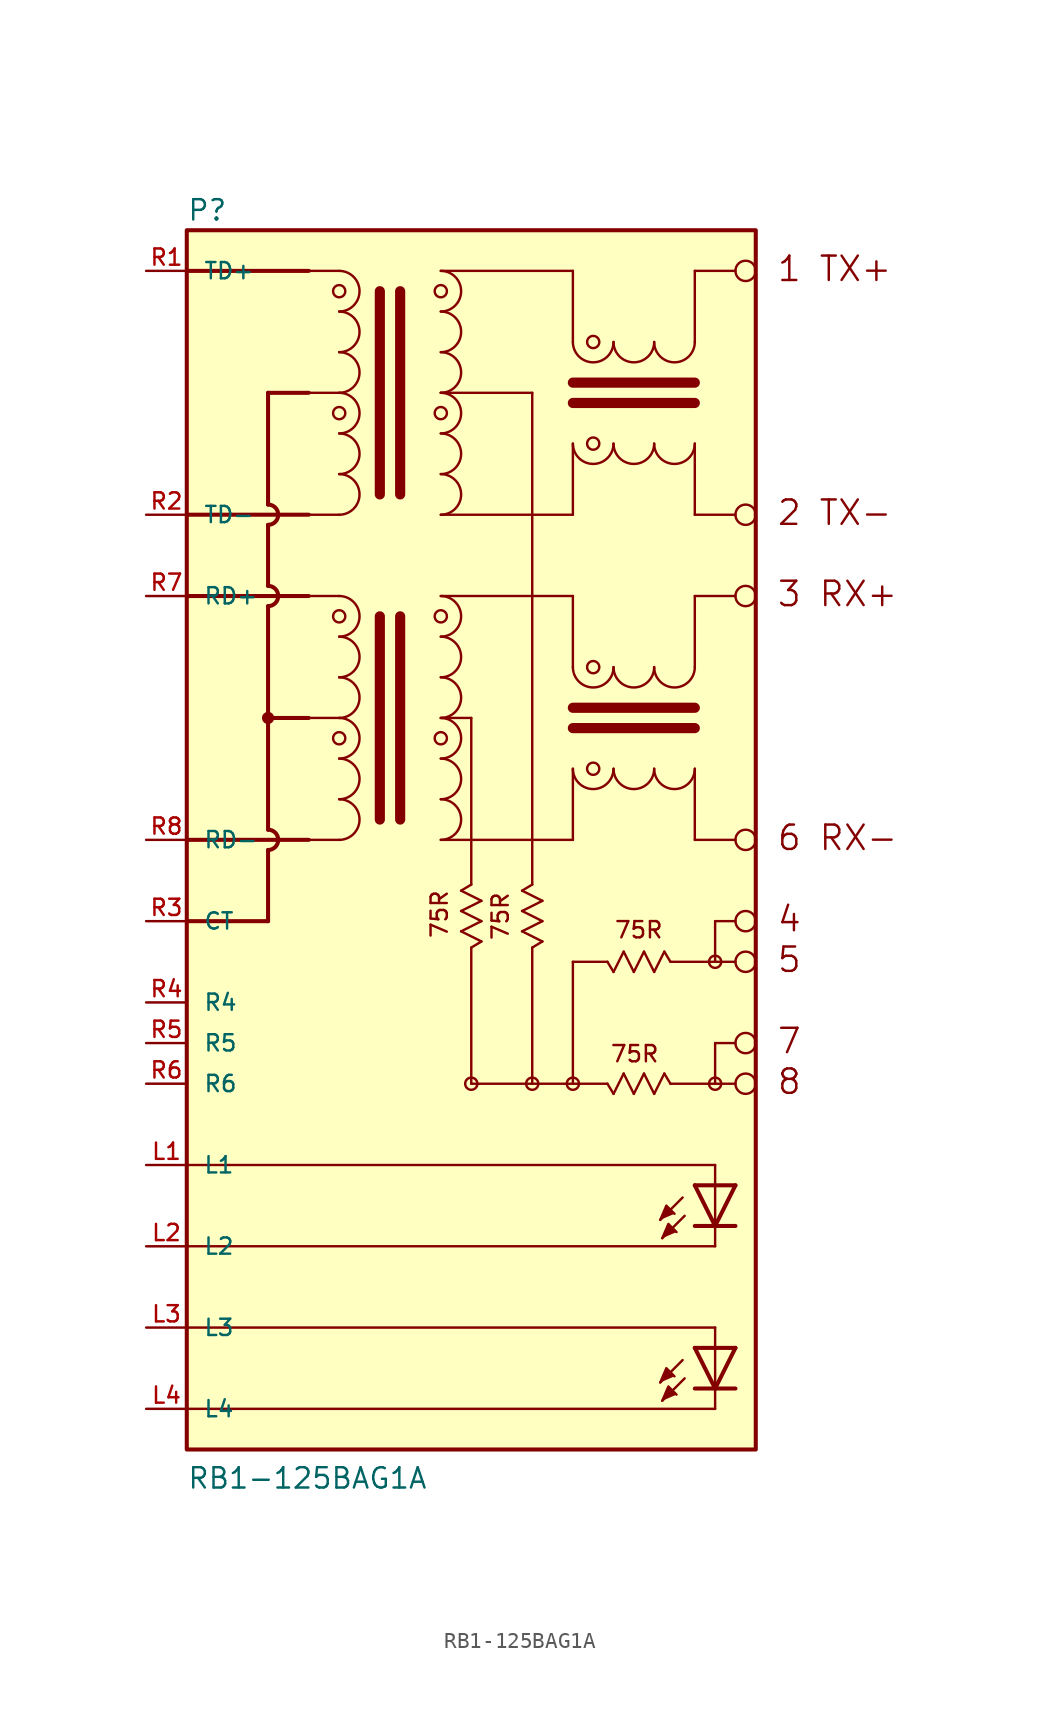
<source format=kicad_sym>
(kicad_symbol_lib
  (version 20211014)
  (generator kicad_symbol_editor)
  (symbol "RB1-125BAG1A"
    (pin_names
      (offset 1.016))
    (property "Reference" "P"
      (at -17.78 38.608 0)
      (effects (font (size 1.27 1.27)) (justify left bottom)))
    (property "Value" "RB1-125BAG1A"
      (at -17.78 -40.64 0)
      (effects (font (size 1.27 1.27)) (justify left bottom)))
    (property "ki_locked" ""
      (at 0 0 0)
      (effects (font (size 1.27 1.27))))
    (symbol "RB1-125BAG1A_0_0"
      (rectangle (start -17.78 38.1) (end 17.78 -38.1) (stroke (width 0.254) (type default) (color 0 0 0 0)) (fill (type background)))
      (arc (start -12.7 -0.635) (mid -12.251 -0.449) (end -12.065 0) (stroke (width 0.254) (type default) (color 0 0 0 0)) (fill (type none)))
      (circle (center -12.7 7.62) (radius 0.254) (stroke (width 0.254) (type default) (color 0 0 0 0)) (fill (type none)))
      (arc (start -12.7 14.605) (mid -12.251 14.791) (end -12.065 15.24) (stroke (width 0.254) (type default) (color 0 0 0 0)) (fill (type none)))
      (arc (start -12.7 19.685) (mid -12.251 19.871) (end -12.065 20.32) (stroke (width 0.254) (type default) (color 0 0 0 0)) (fill (type none)))
      (arc (start -12.065 0) (mid -12.251 0.449) (end -12.7 0.635) (stroke (width 0.254) (type default) (color 0 0 0 0)) (fill (type none)))
      (arc (start -12.065 15.24) (mid -12.251 15.689) (end -12.7 15.875) (stroke (width 0.254) (type default) (color 0 0 0 0)) (fill (type none)))
      (arc (start -12.065 20.32) (mid -12.251 20.769) (end -12.7 20.955) (stroke (width 0.254) (type default) (color 0 0 0 0)) (fill (type none)))
      (arc (start -8.255 0) (mid -6.985 1.27) (end -8.255 2.54) (stroke (width 0.1524) (type default) (color 0 0 0 0)) (fill (type none)))
      (arc (start -8.255 2.54) (mid -6.985 3.81) (end -8.255 5.08) (stroke (width 0.1524) (type default) (color 0 0 0 0)) (fill (type none)))
      (arc (start -8.255 5.08) (mid -6.985 6.35) (end -8.255 7.62) (stroke (width 0.1524) (type default) (color 0 0 0 0)) (fill (type none)))
      (circle (center -8.255 6.35) (radius 0.381) (stroke (width 0) (type default) (color 0 0 0 0)) (fill (type none)))
      (arc (start -8.255 7.62) (mid -6.985 8.89) (end -8.255 10.16) (stroke (width 0.1524) (type default) (color 0 0 0 0)) (fill (type none)))
      (arc (start -8.255 10.16) (mid -6.985 11.43) (end -8.255 12.7) (stroke (width 0.1524) (type default) (color 0 0 0 0)) (fill (type none)))
      (arc (start -8.255 12.7) (mid -6.985 13.97) (end -8.255 15.24) (stroke (width 0.1524) (type default) (color 0 0 0 0)) (fill (type none)))
      (circle (center -8.255 13.97) (radius 0.381) (stroke (width 0) (type default) (color 0 0 0 0)) (fill (type none)))
      (arc (start -8.255 20.32) (mid -6.985 21.59) (end -8.255 22.86) (stroke (width 0.1524) (type default) (color 0 0 0 0)) (fill (type none)))
      (arc (start -8.255 22.86) (mid -6.985 24.13) (end -8.255 25.4) (stroke (width 0.1524) (type default) (color 0 0 0 0)) (fill (type none)))
      (arc (start -8.255 25.4) (mid -6.985 26.67) (end -8.255 27.94) (stroke (width 0.1524) (type default) (color 0 0 0 0)) (fill (type none)))
      (circle (center -8.255 26.67) (radius 0.381) (stroke (width 0) (type default) (color 0 0 0 0)) (fill (type none)))
      (arc (start -8.255 27.94) (mid -6.985 29.21) (end -8.255 30.48) (stroke (width 0.1524) (type default) (color 0 0 0 0)) (fill (type none)))
      (arc (start -8.255 30.48) (mid -6.985 31.75) (end -8.255 33.02) (stroke (width 0.1524) (type default) (color 0 0 0 0)) (fill (type none)))
      (arc (start -8.255 33.02) (mid -6.985 34.29) (end -8.255 35.56) (stroke (width 0.1524) (type default) (color 0 0 0 0)) (fill (type none)))
      (circle (center -8.255 34.29) (radius 0.381) (stroke (width 0) (type default) (color 0 0 0 0)) (fill (type none)))
      (arc (start -1.905 0) (mid -0.635 1.27) (end -1.905 2.54) (stroke (width 0.1524) (type default) (color 0 0 0 0)) (fill (type none)))
      (arc (start -1.905 2.54) (mid -0.635 3.81) (end -1.905 5.08) (stroke (width 0.1524) (type default) (color 0 0 0 0)) (fill (type none)))
      (arc (start -1.905 5.08) (mid -0.635 6.35) (end -1.905 7.62) (stroke (width 0.1524) (type default) (color 0 0 0 0)) (fill (type none)))
      (circle (center -1.905 6.35) (radius 0.381) (stroke (width 0) (type default) (color 0 0 0 0)) (fill (type none)))
      (arc (start -1.905 7.62) (mid -0.635 8.89) (end -1.905 10.16) (stroke (width 0.1524) (type default) (color 0 0 0 0)) (fill (type none)))
      (arc (start -1.905 10.16) (mid -0.635 11.43) (end -1.905 12.7) (stroke (width 0.1524) (type default) (color 0 0 0 0)) (fill (type none)))
      (arc (start -1.905 12.7) (mid -0.635 13.97) (end -1.905 15.24) (stroke (width 0.1524) (type default) (color 0 0 0 0)) (fill (type none)))
      (circle (center -1.905 13.97) (radius 0.381) (stroke (width 0) (type default) (color 0 0 0 0)) (fill (type none)))
      (arc (start -1.905 20.32) (mid -0.635 21.59) (end -1.905 22.86) (stroke (width 0.1524) (type default) (color 0 0 0 0)) (fill (type none)))
      (arc (start -1.905 22.86) (mid -0.635 24.13) (end -1.905 25.4) (stroke (width 0.1524) (type default) (color 0 0 0 0)) (fill (type none)))
      (arc (start -1.905 25.4) (mid -0.635 26.67) (end -1.905 27.94) (stroke (width 0.1524) (type default) (color 0 0 0 0)) (fill (type none)))
      (circle (center -1.905 26.67) (radius 0.381) (stroke (width 0) (type default) (color 0 0 0 0)) (fill (type none)))
      (arc (start -1.905 27.94) (mid -0.635 29.21) (end -1.905 30.48) (stroke (width 0.1524) (type default) (color 0 0 0 0)) (fill (type none)))
      (arc (start -1.905 30.48) (mid -0.635 31.75) (end -1.905 33.02) (stroke (width 0.1524) (type default) (color 0 0 0 0)) (fill (type none)))
      (arc (start -1.905 33.02) (mid -0.635 34.29) (end -1.905 35.56) (stroke (width 0.1524) (type default) (color 0 0 0 0)) (fill (type none)))
      (circle (center -1.905 34.29) (radius 0.381) (stroke (width 0) (type default) (color 0 0 0 0)) (fill (type none)))
      (circle (center 0 -15.24) (radius 0.381) (stroke (width 0) (type default) (color 0 0 0 0)) (fill (type none)))
      (polyline (pts (xy -17.78 -35.56) (xy 15.24 -35.56)) (stroke (width 0.152) (type default) (color 0 0 0 0)) (fill (type none)))
      (polyline (pts (xy -17.78 -30.48) (xy 15.24 -30.48)) (stroke (width 0.152) (type default) (color 0 0 0 0)) (fill (type none)))
      (polyline (pts (xy -17.78 -25.4) (xy 15.24 -25.4)) (stroke (width 0.152) (type default) (color 0 0 0 0)) (fill (type none)))
      (polyline (pts (xy -17.78 -20.32) (xy 15.24 -20.32)) (stroke (width 0.152) (type default) (color 0 0 0 0)) (fill (type none)))
      (polyline (pts (xy -17.78 0) (xy -12.065 0)) (stroke (width 0.254) (type default) (color 0 0 0 0)) (fill (type none)))
      (polyline (pts (xy -17.78 15.24) (xy -12.065 15.24)) (stroke (width 0.254) (type default) (color 0 0 0 0)) (fill (type none)))
      (polyline (pts (xy -17.78 20.32) (xy -12.065 20.32)) (stroke (width 0.254) (type default) (color 0 0 0 0)) (fill (type none)))
      (polyline (pts (xy -17.78 35.56) (xy -10.16 35.56)) (stroke (width 0.254) (type default) (color 0 0 0 0)) (fill (type none)))
      (polyline (pts (xy -12.7 -5.08) (xy -17.78 -5.08)) (stroke (width 0.254) (type default) (color 0 0 0 0)) (fill (type none)))
      (polyline (pts (xy -12.7 -0.635) (xy -12.7 -5.08)) (stroke (width 0.254) (type default) (color 0 0 0 0)) (fill (type none)))
      (polyline (pts (xy -12.7 14.605) (xy -12.7 0.635)) (stroke (width 0.254) (type default) (color 0 0 0 0)) (fill (type none)))
      (polyline (pts (xy -12.7 19.685) (xy -12.7 15.875)) (stroke (width 0.254) (type default) (color 0 0 0 0)) (fill (type none)))
      (polyline (pts (xy -12.7 27.94) (xy -12.7 20.955)) (stroke (width 0.254) (type default) (color 0 0 0 0)) (fill (type none)))
      (polyline (pts (xy -12.065 0) (xy -10.16 0)) (stroke (width 0.254) (type default) (color 0 0 0 0)) (fill (type none)))
      (polyline (pts (xy -12.065 15.24) (xy -10.16 15.24)) (stroke (width 0.254) (type default) (color 0 0 0 0)) (fill (type none)))
      (polyline (pts (xy -12.065 20.32) (xy -10.16 20.32)) (stroke (width 0.254) (type default) (color 0 0 0 0)) (fill (type none)))
      (polyline (pts (xy -10.16 0) (xy -8.255 0)) (stroke (width 0.152) (type default) (color 0 0 0 0)) (fill (type none)))
      (polyline (pts (xy -10.16 7.62) (xy -12.7 7.62)) (stroke (width 0.254) (type default) (color 0 0 0 0)) (fill (type none)))
      (polyline (pts (xy -10.16 7.62) (xy -8.255 7.62)) (stroke (width 0.152) (type default) (color 0 0 0 0)) (fill (type none)))
      (polyline (pts (xy -10.16 15.24) (xy -8.255 15.24)) (stroke (width 0.152) (type default) (color 0 0 0 0)) (fill (type none)))
      (polyline (pts (xy -10.16 20.32) (xy -8.255 20.32)) (stroke (width 0.152) (type default) (color 0 0 0 0)) (fill (type none)))
      (polyline (pts (xy -10.16 27.94) (xy -12.7 27.94)) (stroke (width 0.254) (type default) (color 0 0 0 0)) (fill (type none)))
      (polyline (pts (xy -10.16 27.94) (xy -8.255 27.94)) (stroke (width 0.152) (type default) (color 0 0 0 0)) (fill (type none)))
      (polyline (pts (xy -10.16 35.56) (xy -8.255 35.56)) (stroke (width 0.152) (type default) (color 0 0 0 0)) (fill (type none)))
      (polyline (pts (xy -5.715 13.97) (xy -5.715 1.27)) (stroke (width 0.635) (type default) (color 0 0 0 0)) (fill (type none)))
      (polyline (pts (xy -5.715 34.29) (xy -5.715 21.59)) (stroke (width 0.635) (type default) (color 0 0 0 0)) (fill (type none)))
      (polyline (pts (xy -4.445 13.97) (xy -4.445 1.27)) (stroke (width 0.635) (type default) (color 0 0 0 0)) (fill (type none)))
      (polyline (pts (xy -4.445 34.29) (xy -4.445 21.59)) (stroke (width 0.635) (type default) (color 0 0 0 0)) (fill (type none)))
      (polyline (pts (xy -1.905 7.62) (xy 0 7.62)) (stroke (width 0.152) (type default) (color 0 0 0 0)) (fill (type none)))
      (polyline (pts (xy -1.905 15.24) (xy 6.35 15.24)) (stroke (width 0.152) (type default) (color 0 0 0 0)) (fill (type none)))
      (polyline (pts (xy -1.905 27.94) (xy 3.81 27.94)) (stroke (width 0.152) (type default) (color 0 0 0 0)) (fill (type none)))
      (polyline (pts (xy -1.905 35.56) (xy 6.35 35.56)) (stroke (width 0.152) (type default) (color 0 0 0 0)) (fill (type none)))
      (polyline (pts (xy -0.635 -5.715) (xy 0.635 -6.35)) (stroke (width 0.152) (type default) (color 0 0 0 0)) (fill (type none)))
      (polyline (pts (xy -0.635 -4.445) (xy 0.635 -5.08)) (stroke (width 0.152) (type default) (color 0 0 0 0)) (fill (type none)))
      (polyline (pts (xy -0.635 -3.175) (xy 0.635 -3.81)) (stroke (width 0.152) (type default) (color 0 0 0 0)) (fill (type none)))
      (polyline (pts (xy 0 -15.24) (xy 3.81 -15.24)) (stroke (width 0.152) (type default) (color 0 0 0 0)) (fill (type none)))
      (polyline (pts (xy 0 -6.731) (xy 0 -15.24)) (stroke (width 0.152) (type default) (color 0 0 0 0)) (fill (type none)))
      (polyline (pts (xy 0 -2.794) (xy -0.635 -3.175)) (stroke (width 0.152) (type default) (color 0 0 0 0)) (fill (type none)))
      (polyline (pts (xy 0 7.62) (xy 0 -2.794)) (stroke (width 0.152) (type default) (color 0 0 0 0)) (fill (type none)))
      (polyline (pts (xy 0.635 -6.35) (xy 0 -6.731)) (stroke (width 0.152) (type default) (color 0 0 0 0)) (fill (type none)))
      (polyline (pts (xy 0.635 -5.08) (xy -0.635 -5.715)) (stroke (width 0.152) (type default) (color 0 0 0 0)) (fill (type none)))
      (polyline (pts (xy 0.635 -3.81) (xy -0.635 -4.445)) (stroke (width 0.152) (type default) (color 0 0 0 0)) (fill (type none)))
      (polyline (pts (xy 3.175 -5.715) (xy 4.445 -6.35)) (stroke (width 0.152) (type default) (color 0 0 0 0)) (fill (type none)))
      (polyline (pts (xy 3.175 -4.445) (xy 4.445 -5.08)) (stroke (width 0.152) (type default) (color 0 0 0 0)) (fill (type none)))
      (polyline (pts (xy 3.175 -3.175) (xy 4.445 -3.81)) (stroke (width 0.152) (type default) (color 0 0 0 0)) (fill (type none)))
      (polyline (pts (xy 3.81 -15.24) (xy 6.35 -15.24)) (stroke (width 0.152) (type default) (color 0 0 0 0)) (fill (type none)))
      (polyline (pts (xy 3.81 -6.731) (xy 3.81 -15.24)) (stroke (width 0.152) (type default) (color 0 0 0 0)) (fill (type none)))
      (polyline (pts (xy 3.81 -2.794) (xy 3.175 -3.175)) (stroke (width 0.152) (type default) (color 0 0 0 0)) (fill (type none)))
      (polyline (pts (xy 3.81 27.94) (xy 3.81 -2.794)) (stroke (width 0.152) (type default) (color 0 0 0 0)) (fill (type none)))
      (polyline (pts (xy 4.445 -6.35) (xy 3.81 -6.731)) (stroke (width 0.152) (type default) (color 0 0 0 0)) (fill (type none)))
      (polyline (pts (xy 4.445 -5.08) (xy 3.175 -5.715)) (stroke (width 0.152) (type default) (color 0 0 0 0)) (fill (type none)))
      (polyline (pts (xy 4.445 -3.81) (xy 3.175 -4.445)) (stroke (width 0.152) (type default) (color 0 0 0 0)) (fill (type none)))
      (polyline (pts (xy 6.35 -15.24) (xy 8.509 -15.24)) (stroke (width 0.152) (type default) (color 0 0 0 0)) (fill (type none)))
      (polyline (pts (xy 6.35 -7.62) (xy 6.35 -15.24)) (stroke (width 0.152) (type default) (color 0 0 0 0)) (fill (type none)))
      (polyline (pts (xy 6.35 0) (xy -1.905 0)) (stroke (width 0.152) (type default) (color 0 0 0 0)) (fill (type none)))
      (polyline (pts (xy 6.35 0) (xy 6.35 4.445)) (stroke (width 0.152) (type default) (color 0 0 0 0)) (fill (type none)))
      (polyline (pts (xy 6.35 6.985) (xy 13.97 6.985)) (stroke (width 0.635) (type default) (color 0 0 0 0)) (fill (type none)))
      (polyline (pts (xy 6.35 8.255) (xy 13.97 8.255)) (stroke (width 0.635) (type default) (color 0 0 0 0)) (fill (type none)))
      (polyline (pts (xy 6.35 15.24) (xy 6.35 10.795)) (stroke (width 0.152) (type default) (color 0 0 0 0)) (fill (type none)))
      (polyline (pts (xy 6.35 20.32) (xy -1.905 20.32)) (stroke (width 0.152) (type default) (color 0 0 0 0)) (fill (type none)))
      (polyline (pts (xy 6.35 20.32) (xy 6.35 24.765)) (stroke (width 0.152) (type default) (color 0 0 0 0)) (fill (type none)))
      (polyline (pts (xy 6.35 27.305) (xy 13.97 27.305)) (stroke (width 0.635) (type default) (color 0 0 0 0)) (fill (type none)))
      (polyline (pts (xy 6.35 28.575) (xy 13.97 28.575)) (stroke (width 0.635) (type default) (color 0 0 0 0)) (fill (type none)))
      (polyline (pts (xy 6.35 35.56) (xy 6.35 31.115)) (stroke (width 0.152) (type default) (color 0 0 0 0)) (fill (type none)))
      (polyline (pts (xy 8.509 -15.24) (xy 8.89 -15.875)) (stroke (width 0.152) (type default) (color 0 0 0 0)) (fill (type none)))
      (polyline (pts (xy 8.509 -7.62) (xy 6.35 -7.62)) (stroke (width 0.152) (type default) (color 0 0 0 0)) (fill (type none)))
      (polyline (pts (xy 8.509 -7.62) (xy 8.89 -8.255)) (stroke (width 0.152) (type default) (color 0 0 0 0)) (fill (type none)))
      (polyline (pts (xy 8.89 -15.875) (xy 9.525 -14.605)) (stroke (width 0.152) (type default) (color 0 0 0 0)) (fill (type none)))
      (polyline (pts (xy 8.89 -8.255) (xy 9.525 -6.985)) (stroke (width 0.152) (type default) (color 0 0 0 0)) (fill (type none)))
      (polyline (pts (xy 9.525 -14.605) (xy 10.16 -15.875)) (stroke (width 0.152) (type default) (color 0 0 0 0)) (fill (type none)))
      (polyline (pts (xy 9.525 -6.985) (xy 10.16 -8.255)) (stroke (width 0.152) (type default) (color 0 0 0 0)) (fill (type none)))
      (polyline (pts (xy 10.16 -15.875) (xy 10.795 -14.605)) (stroke (width 0.152) (type default) (color 0 0 0 0)) (fill (type none)))
      (polyline (pts (xy 10.16 -8.255) (xy 10.795 -6.985)) (stroke (width 0.152) (type default) (color 0 0 0 0)) (fill (type none)))
      (polyline (pts (xy 10.795 -14.605) (xy 11.43 -15.875)) (stroke (width 0.152) (type default) (color 0 0 0 0)) (fill (type none)))
      (polyline (pts (xy 10.795 -6.985) (xy 11.43 -8.255)) (stroke (width 0.152) (type default) (color 0 0 0 0)) (fill (type none)))
      (polyline (pts (xy 11.43 -15.875) (xy 12.065 -14.605)) (stroke (width 0.152) (type default) (color 0 0 0 0)) (fill (type none)))
      (polyline (pts (xy 11.43 -8.255) (xy 12.065 -6.985)) (stroke (width 0.152) (type default) (color 0 0 0 0)) (fill (type none)))
      (polyline (pts (xy 12.065 -14.605) (xy 12.446 -15.24)) (stroke (width 0.152) (type default) (color 0 0 0 0)) (fill (type none)))
      (polyline (pts (xy 12.065 -6.985) (xy 12.446 -7.62)) (stroke (width 0.152) (type default) (color 0 0 0 0)) (fill (type none)))
      (polyline (pts (xy 12.446 -15.24) (xy 15.24 -15.24)) (stroke (width 0.152) (type default) (color 0 0 0 0)) (fill (type none)))
      (polyline (pts (xy 13.208 -32.512) (xy 11.811 -33.909)) (stroke (width 0.152) (type default) (color 0 0 0 0)) (fill (type none)))
      (polyline (pts (xy 13.208 -22.352) (xy 11.811 -23.749)) (stroke (width 0.152) (type default) (color 0 0 0 0)) (fill (type none)))
      (polyline (pts (xy 13.335 -33.655) (xy 11.938 -35.052)) (stroke (width 0.152) (type default) (color 0 0 0 0)) (fill (type none)))
      (polyline (pts (xy 13.335 -23.495) (xy 11.938 -24.892)) (stroke (width 0.152) (type default) (color 0 0 0 0)) (fill (type none)))
      (polyline (pts (xy 13.97 0) (xy 16.51 0)) (stroke (width 0.152) (type default) (color 0 0 0 0)) (fill (type none)))
      (polyline (pts (xy 13.97 4.445) (xy 13.97 0)) (stroke (width 0.152) (type default) (color 0 0 0 0)) (fill (type none)))
      (polyline (pts (xy 13.97 10.795) (xy 13.97 15.24)) (stroke (width 0.152) (type default) (color 0 0 0 0)) (fill (type none)))
      (polyline (pts (xy 13.97 15.24) (xy 16.51 15.24)) (stroke (width 0.152) (type default) (color 0 0 0 0)) (fill (type none)))
      (polyline (pts (xy 13.97 20.32) (xy 16.51 20.32)) (stroke (width 0.152) (type default) (color 0 0 0 0)) (fill (type none)))
      (polyline (pts (xy 13.97 24.765) (xy 13.97 20.32)) (stroke (width 0.152) (type default) (color 0 0 0 0)) (fill (type none)))
      (polyline (pts (xy 13.97 31.115) (xy 13.97 35.56)) (stroke (width 0.152) (type default) (color 0 0 0 0)) (fill (type none)))
      (polyline (pts (xy 13.97 35.56) (xy 16.51 35.56)) (stroke (width 0.152) (type default) (color 0 0 0 0)) (fill (type none)))
      (polyline (pts (xy 15.24 -35.56) (xy 15.24 -34.29)) (stroke (width 0.152) (type default) (color 0 0 0 0)) (fill (type none)))
      (polyline (pts (xy 15.24 -34.29) (xy 13.97 -34.29)) (stroke (width 0.254) (type default) (color 0 0 0 0)) (fill (type none)))
      (polyline (pts (xy 15.24 -34.29) (xy 13.97 -31.75)) (stroke (width 0.254) (type default) (color 0 0 0 0)) (fill (type none)))
      (polyline (pts (xy 15.24 -31.75) (xy 13.97 -31.75)) (stroke (width 0.254) (type default) (color 0 0 0 0)) (fill (type none)))
      (polyline (pts (xy 15.24 -31.75) (xy 15.24 -34.29)) (stroke (width 0.152) (type default) (color 0 0 0 0)) (fill (type none)))
      (polyline (pts (xy 15.24 -30.48) (xy 15.24 -31.75)) (stroke (width 0.152) (type default) (color 0 0 0 0)) (fill (type none)))
      (polyline (pts (xy 15.24 -25.4) (xy 15.24 -24.13)) (stroke (width 0.152) (type default) (color 0 0 0 0)) (fill (type none)))
      (polyline (pts (xy 15.24 -24.13) (xy 13.97 -24.13)) (stroke (width 0.254) (type default) (color 0 0 0 0)) (fill (type none)))
      (polyline (pts (xy 15.24 -24.13) (xy 13.97 -21.59)) (stroke (width 0.254) (type default) (color 0 0 0 0)) (fill (type none)))
      (polyline (pts (xy 15.24 -21.59) (xy 13.97 -21.59)) (stroke (width 0.254) (type default) (color 0 0 0 0)) (fill (type none)))
      (polyline (pts (xy 15.24 -21.59) (xy 15.24 -24.13)) (stroke (width 0.152) (type default) (color 0 0 0 0)) (fill (type none)))
      (polyline (pts (xy 15.24 -20.32) (xy 15.24 -21.59)) (stroke (width 0.152) (type default) (color 0 0 0 0)) (fill (type none)))
      (polyline (pts (xy 15.24 -15.24) (xy 16.51 -15.24)) (stroke (width 0.152) (type default) (color 0 0 0 0)) (fill (type none)))
      (polyline (pts (xy 15.24 -12.7) (xy 15.24 -15.24)) (stroke (width 0.152) (type default) (color 0 0 0 0)) (fill (type none)))
      (polyline (pts (xy 15.24 -7.62) (xy 12.446 -7.62)) (stroke (width 0.152) (type default) (color 0 0 0 0)) (fill (type none)))
      (polyline (pts (xy 15.24 -7.62) (xy 16.51 -7.62)) (stroke (width 0.152) (type default) (color 0 0 0 0)) (fill (type none)))
      (polyline (pts (xy 15.24 -5.08) (xy 15.24 -7.62)) (stroke (width 0.152) (type default) (color 0 0 0 0)) (fill (type none)))
      (polyline (pts (xy 16.51 -34.29) (xy 15.24 -34.29)) (stroke (width 0.254) (type default) (color 0 0 0 0)) (fill (type none)))
      (polyline (pts (xy 16.51 -31.75) (xy 15.24 -34.29)) (stroke (width 0.254) (type default) (color 0 0 0 0)) (fill (type none)))
      (polyline (pts (xy 16.51 -31.75) (xy 15.24 -31.75)) (stroke (width 0.254) (type default) (color 0 0 0 0)) (fill (type none)))
      (polyline (pts (xy 16.51 -24.13) (xy 15.24 -24.13)) (stroke (width 0.254) (type default) (color 0 0 0 0)) (fill (type none)))
      (polyline (pts (xy 16.51 -21.59) (xy 15.24 -24.13)) (stroke (width 0.254) (type default) (color 0 0 0 0)) (fill (type none)))
      (polyline (pts (xy 16.51 -21.59) (xy 15.24 -21.59)) (stroke (width 0.254) (type default) (color 0 0 0 0)) (fill (type none)))
      (polyline (pts (xy 16.51 -12.7) (xy 15.24 -12.7)) (stroke (width 0.152) (type default) (color 0 0 0 0)) (fill (type none)))
      (polyline (pts (xy 16.51 -5.08) (xy 15.24 -5.08)) (stroke (width 0.152) (type default) (color 0 0 0 0)) (fill (type none)))
      (polyline (pts (xy 11.811 -33.909) (xy 12.192 -33.02) (xy 12.7 -33.528)) (stroke (width 0.152) (type default) (color 0 0 0 0)) (fill (type outline)))
      (polyline (pts (xy 11.811 -23.749) (xy 12.192 -22.86) (xy 12.7 -23.368)) (stroke (width 0.152) (type default) (color 0 0 0 0)) (fill (type outline)))
      (polyline (pts (xy 11.938 -35.052) (xy 12.319 -34.163) (xy 12.827 -34.671)) (stroke (width 0.152) (type default) (color 0 0 0 0)) (fill (type outline)))
      (polyline (pts (xy 11.938 -24.892) (xy 12.319 -24.003) (xy 12.827 -24.511)) (stroke (width 0.152) (type default) (color 0 0 0 0)) (fill (type outline)))
      (circle (center 3.81 -15.24) (radius 0.381) (stroke (width 0) (type default) (color 0 0 0 0)) (fill (type none)))
      (circle (center 6.35 -15.24) (radius 0.381) (stroke (width 0) (type default) (color 0 0 0 0)) (fill (type none)))
      (arc (start 6.35 4.445) (mid 7.62 3.175) (end 8.89 4.445) (stroke (width 0.1524) (type default) (color 0 0 0 0)) (fill (type none)))
      (arc (start 6.35 10.795) (mid 7.62 9.525) (end 8.89 10.795) (stroke (width 0.1524) (type default) (color 0 0 0 0)) (fill (type none)))
      (arc (start 6.35 24.765) (mid 7.62 23.495) (end 8.89 24.765) (stroke (width 0.1524) (type default) (color 0 0 0 0)) (fill (type none)))
      (arc (start 6.35 31.115) (mid 7.62 29.845) (end 8.89 31.115) (stroke (width 0.1524) (type default) (color 0 0 0 0)) (fill (type none)))
      (circle (center 7.62 4.445) (radius 0.381) (stroke (width 0) (type default) (color 0 0 0 0)) (fill (type none)))
      (circle (center 7.62 10.795) (radius 0.381) (stroke (width 0) (type default) (color 0 0 0 0)) (fill (type none)))
      (circle (center 7.62 24.765) (radius 0.381) (stroke (width 0) (type default) (color 0 0 0 0)) (fill (type none)))
      (circle (center 7.62 31.115) (radius 0.381) (stroke (width 0) (type default) (color 0 0 0 0)) (fill (type none)))
      (arc (start 8.89 4.445) (mid 10.16 3.175) (end 11.43 4.445) (stroke (width 0.1524) (type default) (color 0 0 0 0)) (fill (type none)))
      (arc (start 8.89 10.795) (mid 10.16 9.525) (end 11.43 10.795) (stroke (width 0.1524) (type default) (color 0 0 0 0)) (fill (type none)))
      (arc (start 8.89 24.765) (mid 10.16 23.495) (end 11.43 24.765) (stroke (width 0.1524) (type default) (color 0 0 0 0)) (fill (type none)))
      (arc (start 8.89 31.115) (mid 10.16 29.845) (end 11.43 31.115) (stroke (width 0.1524) (type default) (color 0 0 0 0)) (fill (type none)))
      (arc (start 11.43 4.445) (mid 12.7 3.175) (end 13.97 4.445) (stroke (width 0.1524) (type default) (color 0 0 0 0)) (fill (type none)))
      (arc (start 11.43 10.795) (mid 12.7 9.525) (end 13.97 10.795) (stroke (width 0.1524) (type default) (color 0 0 0 0)) (fill (type none)))
      (arc (start 11.43 24.765) (mid 12.7 23.495) (end 13.97 24.765) (stroke (width 0.1524) (type default) (color 0 0 0 0)) (fill (type none)))
      (arc (start 11.43 31.115) (mid 12.7 29.845) (end 13.97 31.115) (stroke (width 0.1524) (type default) (color 0 0 0 0)) (fill (type none)))
      (circle (center 15.24 -15.24) (radius 0.381) (stroke (width 0) (type default) (color 0 0 0 0)) (fill (type none)))
      (circle (center 15.24 -7.62) (radius 0.381) (stroke (width 0) (type default) (color 0 0 0 0)) (fill (type none)))
      (circle (center 17.145 -15.24) (radius 0.635) (stroke (width 0.152) (type default) (color 0 0 0 0)) (fill (type none)))
      (circle (center 17.145 -12.7) (radius 0.635) (stroke (width 0.152) (type default) (color 0 0 0 0)) (fill (type none)))
      (circle (center 17.145 -7.62) (radius 0.635) (stroke (width 0.152) (type default) (color 0 0 0 0)) (fill (type none)))
      (circle (center 17.145 -5.08) (radius 0.635) (stroke (width 0.152) (type default) (color 0 0 0 0)) (fill (type none)))
      (circle (center 17.145 0) (radius 0.635) (stroke (width 0.152) (type default) (color 0 0 0 0)) (fill (type none)))
      (circle (center 17.145 15.24) (radius 0.635) (stroke (width 0.152) (type default) (color 0 0 0 0)) (fill (type none)))
      (circle (center 17.145 20.32) (radius 0.635) (stroke (width 0.152) (type default) (color 0 0 0 0)) (fill (type none)))
      (circle (center 17.145 35.56) (radius 0.635) (stroke (width 0.152) (type default) (color 0 0 0 0)) (fill (type none)))
      (text "1 TX+" (at 19.05 34.798 0) (effects (font (size 1.524 1.524)) (justify left bottom)))
      (text "2 TX-" (at 19.05 19.558 0) (effects (font (size 1.524 1.524)) (justify left bottom)))
      (text "3 RX+" (at 19.05 14.478 0) (effects (font (size 1.524 1.524)) (justify left bottom)))
      (text "4" (at 19.05 -5.842 0) (effects (font (size 1.524 1.524)) (justify left bottom)))
      (text "5" (at 19.05 -8.382 0) (effects (font (size 1.524 1.524)) (justify left bottom)))
      (text "6 RX-" (at 19.05 -0.762 0) (effects (font (size 1.524 1.524)) (justify left bottom)))
      (text "7" (at 19.05 -13.462 0) (effects (font (size 1.524 1.524)) (justify left bottom)))
      (text "75R" (at -1.397 -6.223 900) (effects (font (size 1.016 1.016)) (justify left bottom)))
      (text "75R" (at 2.413 -6.35 900) (effects (font (size 1.016 1.016)) (justify left bottom)))
      (text "75R" (at 8.636 -13.97 0) (effects (font (size 1.016 1.016)) (justify left bottom)))
      (text "75R" (at 8.89 -6.223 0) (effects (font (size 1.016 1.016)) (justify left bottom)))
      (text "8" (at 19.05 -16.002 0) (effects (font (size 1.524 1.524)) (justify left bottom)))
      (pin passive line (at -20.32 -20.32 0) (length 2.54) (name "L1" (effects (font (size 1.016 1.016)))) (number "L1" (effects (font (size 1.016 1.016)))))
      (pin passive line (at -20.32 -25.4 0) (length 2.54) (name "L2" (effects (font (size 1.016 1.016)))) (number "L2" (effects (font (size 1.016 1.016)))))
      (pin passive line (at -20.32 -30.48 0) (length 2.54) (name "L3" (effects (font (size 1.016 1.016)))) (number "L3" (effects (font (size 1.016 1.016)))))
      (pin passive line (at -20.32 -35.56 0) (length 2.54) (name "L4" (effects (font (size 1.016 1.016)))) (number "L4" (effects (font (size 1.016 1.016)))))
      (pin input line (at -20.32 35.56 0) (length 2.54) (name "TD+" (effects (font (size 1.016 1.016)))) (number "R1" (effects (font (size 1.016 1.016)))))
      (pin input line (at -20.32 20.32 0) (length 2.54) (name "TD-" (effects (font (size 1.016 1.016)))) (number "R2" (effects (font (size 1.016 1.016)))))
      (pin input line (at -20.32 -5.08 0) (length 2.54) (name "CT" (effects (font (size 1.016 1.016)))) (number "R3" (effects (font (size 1.016 1.016)))))
      (pin input line (at -20.32 -10.16 0) (length 2.54) (name "R4" (effects (font (size 1.016 1.016)))) (number "R4" (effects (font (size 1.016 1.016)))))
      (pin input line (at -20.32 -12.7 0) (length 2.54) (name "R5" (effects (font (size 1.016 1.016)))) (number "R5" (effects (font (size 1.016 1.016)))))
      (pin input line (at -20.32 -15.24 0) (length 2.54) (name "R6" (effects (font (size 1.016 1.016)))) (number "R6" (effects (font (size 1.016 1.016)))))
      (pin input line (at -20.32 15.24 0) (length 2.54) (name "RD+" (effects (font (size 1.016 1.016)))) (number "R7" (effects (font (size 1.016 1.016)))))
      (pin input line (at -20.32 0 0) (length 2.54) (name "RD-" (effects (font (size 1.016 1.016)))) (number "R8" (effects (font (size 1.016 1.016))))))))
</source>
